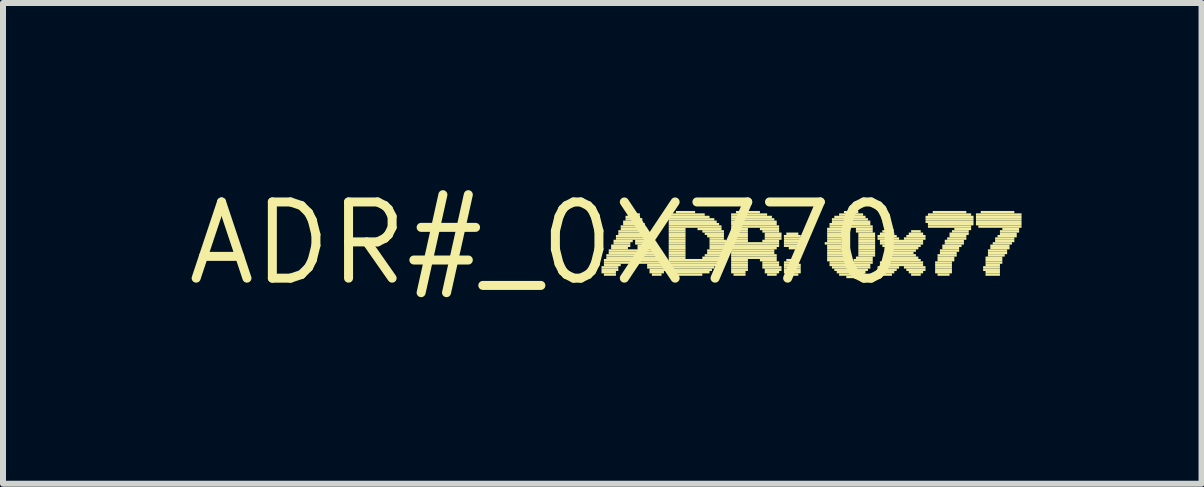
<source format=kicad_pcb>
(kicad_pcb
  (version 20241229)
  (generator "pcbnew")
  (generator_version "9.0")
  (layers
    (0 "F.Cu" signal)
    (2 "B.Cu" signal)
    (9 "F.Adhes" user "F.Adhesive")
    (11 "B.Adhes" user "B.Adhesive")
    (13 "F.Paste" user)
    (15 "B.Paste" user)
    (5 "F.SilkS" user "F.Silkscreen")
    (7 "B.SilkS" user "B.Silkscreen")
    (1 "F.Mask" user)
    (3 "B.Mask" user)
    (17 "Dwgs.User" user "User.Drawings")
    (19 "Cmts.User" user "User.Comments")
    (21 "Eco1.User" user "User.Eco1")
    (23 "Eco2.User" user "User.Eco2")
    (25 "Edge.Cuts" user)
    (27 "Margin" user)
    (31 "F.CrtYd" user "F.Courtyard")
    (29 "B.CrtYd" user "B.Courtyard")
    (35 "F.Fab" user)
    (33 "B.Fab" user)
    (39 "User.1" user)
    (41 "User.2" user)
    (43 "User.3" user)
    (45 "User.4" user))
  (footprint "ADR#_0X770"
    (layer "F.Cu")
    (at 6.055 1.006)
    (property "Reference" "ADR#_0X770" (at 0 0 0) (layer "F.SilkS") (effects (font (size 1.27 1.27) (thickness 0.15))))
    (fp_poly (pts (xy 0.92 0.42) (xy 1.2 0.42) (xy 1.2 0.38) (xy 0.92 0.38)) (stroke (width 0) (type default)) (fill yes) (layer "F.SilkS"))
    (fp_poly (pts (xy 0.92 0.46) (xy 1.2 0.46) (xy 1.2 0.42) (xy 0.92 0.42)) (stroke (width 0) (type default)) (fill yes) (layer "F.SilkS"))
    (fp_poly (pts (xy 0.92 0.5) (xy 1.16 0.5) (xy 1.16 0.46) (xy 0.92 0.46)) (stroke (width 0) (type default)) (fill yes) (layer "F.SilkS"))
    (fp_poly (pts (xy 0.96 0.3) (xy 1.92 0.3) (xy 1.92 0.26) (xy 0.96 0.26)) (stroke (width 0) (type default)) (fill yes) (layer "F.SilkS"))
    (fp_poly (pts (xy 0.96 0.34) (xy 1.96 0.34) (xy 1.96 0.3) (xy 0.96 0.3)) (stroke (width 0) (type default)) (fill yes) (layer "F.SilkS"))
    (fp_poly (pts (xy 0.96 0.38) (xy 1.24 0.38) (xy 1.24 0.34) (xy 0.96 0.34)) (stroke (width 0) (type default)) (fill yes) (layer "F.SilkS"))
    (fp_poly (pts (xy 0.96 0.54) (xy 1.16 0.54) (xy 1.16 0.5) (xy 0.96 0.5)) (stroke (width 0) (type default)) (fill yes) (layer "F.SilkS"))
    (fp_poly (pts (xy 1 0.22) (xy 1.88 0.22) (xy 1.88 0.18) (xy 1 0.18)) (stroke (width 0) (type default)) (fill yes) (layer "F.SilkS"))
    (fp_poly (pts (xy 1 0.26) (xy 1.92 0.26) (xy 1.92 0.22) (xy 1 0.22)) (stroke (width 0) (type default)) (fill yes) (layer "F.SilkS"))
    (fp_poly (pts (xy 1.04 0.14) (xy 1.84 0.14) (xy 1.84 0.1) (xy 1.04 0.1)) (stroke (width 0) (type default)) (fill yes) (layer "F.SilkS"))
    (fp_poly (pts (xy 1.04 0.18) (xy 1.88 0.18) (xy 1.88 0.14) (xy 1.04 0.14)) (stroke (width 0) (type default)) (fill yes) (layer "F.SilkS"))
    (fp_poly (pts (xy 1.08 0.06) (xy 1.4 0.06) (xy 1.4 0.02) (xy 1.08 0.02)) (stroke (width 0) (type default)) (fill yes) (layer "F.SilkS"))
    (fp_poly (pts (xy 1.08 0.1) (xy 1.36 0.1) (xy 1.36 0.06) (xy 1.08 0.06)) (stroke (width 0) (type default)) (fill yes) (layer "F.SilkS"))
    (fp_poly (pts (xy 1.12 -0.02) (xy 1.44 -0.02) (xy 1.44 -0.06) (xy 1.12 -0.06)) (stroke (width 0) (type default)) (fill yes) (layer "F.SilkS"))
    (fp_poly (pts (xy 1.12 0.02) (xy 1.4 0.02) (xy 1.4 -0.02) (xy 1.12 -0.02)) (stroke (width 0) (type default)) (fill yes) (layer "F.SilkS"))
    (fp_poly (pts (xy 1.16 -0.1) (xy 1.72 -0.1) (xy 1.72 -0.14) (xy 1.16 -0.14)) (stroke (width 0) (type default)) (fill yes) (layer "F.SilkS"))
    (fp_poly (pts (xy 1.16 -0.06) (xy 1.76 -0.06) (xy 1.76 -0.1) (xy 1.16 -0.1)) (stroke (width 0) (type default)) (fill yes) (layer "F.SilkS"))
    (fp_poly (pts (xy 1.2 -0.18) (xy 1.68 -0.18) (xy 1.68 -0.22) (xy 1.2 -0.22)) (stroke (width 0) (type default)) (fill yes) (layer "F.SilkS"))
    (fp_poly (pts (xy 1.2 -0.14) (xy 1.72 -0.14) (xy 1.72 -0.18) (xy 1.2 -0.18)) (stroke (width 0) (type default)) (fill yes) (layer "F.SilkS"))
    (fp_poly (pts (xy 1.24 -0.26) (xy 1.64 -0.26) (xy 1.64 -0.3) (xy 1.24 -0.3)) (stroke (width 0) (type default)) (fill yes) (layer "F.SilkS"))
    (fp_poly (pts (xy 1.24 -0.22) (xy 1.68 -0.22) (xy 1.68 -0.26) (xy 1.24 -0.26)) (stroke (width 0) (type default)) (fill yes) (layer "F.SilkS"))
    (fp_poly (pts (xy 1.28 -0.34) (xy 1.6 -0.34) (xy 1.6 -0.38) (xy 1.28 -0.38)) (stroke (width 0) (type default)) (fill yes) (layer "F.SilkS"))
    (fp_poly (pts (xy 1.28 -0.3) (xy 1.64 -0.3) (xy 1.64 -0.34) (xy 1.28 -0.34)) (stroke (width 0) (type default)) (fill yes) (layer "F.SilkS"))
    (fp_poly (pts (xy 1.32 -0.42) (xy 1.56 -0.42) (xy 1.56 -0.46) (xy 1.32 -0.46)) (stroke (width 0) (type default)) (fill yes) (layer "F.SilkS"))
    (fp_poly (pts (xy 1.32 -0.38) (xy 1.6 -0.38) (xy 1.6 -0.42) (xy 1.32 -0.42)) (stroke (width 0) (type default)) (fill yes) (layer "F.SilkS"))
    (fp_poly (pts (xy 1.36 -0.46) (xy 1.56 -0.46) (xy 1.56 -0.5) (xy 1.36 -0.5)) (stroke (width 0) (type default)) (fill yes) (layer "F.SilkS"))
    (fp_poly (pts (xy 1.44 -0.5) (xy 1.48 -0.5) (xy 1.48 -0.54) (xy 1.44 -0.54)) (stroke (width 0) (type default)) (fill yes) (layer "F.SilkS"))
    (fp_poly (pts (xy 1.48 -0.02) (xy 1.76 -0.02) (xy 1.76 -0.06) (xy 1.48 -0.06)) (stroke (width 0) (type default)) (fill yes) (layer "F.SilkS"))
    (fp_poly (pts (xy 1.48 0.02) (xy 1.8 0.02) (xy 1.8 -0.02) (xy 1.48 -0.02)) (stroke (width 0) (type default)) (fill yes) (layer "F.SilkS"))
    (fp_poly (pts (xy 1.52 0.06) (xy 1.8 0.06) (xy 1.8 0.02) (xy 1.52 0.02)) (stroke (width 0) (type default)) (fill yes) (layer "F.SilkS"))
    (fp_poly (pts (xy 1.52 0.1) (xy 1.84 0.1) (xy 1.84 0.06) (xy 1.52 0.06)) (stroke (width 0) (type default)) (fill yes) (layer "F.SilkS"))
    (fp_poly (pts (xy 1.68 0.38) (xy 1.96 0.38) (xy 1.96 0.34) (xy 1.68 0.34)) (stroke (width 0) (type default)) (fill yes) (layer "F.SilkS"))
    (fp_poly (pts (xy 1.68 0.42) (xy 1.96 0.42) (xy 1.96 0.38) (xy 1.68 0.38)) (stroke (width 0) (type default)) (fill yes) (layer "F.SilkS"))
    (fp_poly (pts (xy 1.72 0.46) (xy 2 0.46) (xy 2 0.42) (xy 1.72 0.42)) (stroke (width 0) (type default)) (fill yes) (layer "F.SilkS"))
    (fp_poly (pts (xy 1.72 0.5) (xy 1.96 0.5) (xy 1.96 0.46) (xy 1.72 0.46)) (stroke (width 0) (type default)) (fill yes) (layer "F.SilkS"))
    (fp_poly (pts (xy 1.76 0.54) (xy 1.92 0.54) (xy 1.92 0.5) (xy 1.76 0.5)) (stroke (width 0) (type default)) (fill yes) (layer "F.SilkS"))
    (fp_poly (pts (xy 2.04 -0.42) (xy 2.72 -0.42) (xy 2.72 -0.46) (xy 2.04 -0.46)) (stroke (width 0) (type default)) (fill yes) (layer "F.SilkS"))
    (fp_poly (pts (xy 2.04 -0.38) (xy 2.8 -0.38) (xy 2.8 -0.42) (xy 2.04 -0.42)) (stroke (width 0) (type default)) (fill yes) (layer "F.SilkS"))
    (fp_poly (pts (xy 2.04 -0.34) (xy 2.84 -0.34) (xy 2.84 -0.38) (xy 2.04 -0.38)) (stroke (width 0) (type default)) (fill yes) (layer "F.SilkS"))
    (fp_poly (pts (xy 2.04 -0.3) (xy 2.88 -0.3) (xy 2.88 -0.34) (xy 2.04 -0.34)) (stroke (width 0) (type default)) (fill yes) (layer "F.SilkS"))
    (fp_poly (pts (xy 2.04 -0.26) (xy 2.92 -0.26) (xy 2.92 -0.3) (xy 2.04 -0.3)) (stroke (width 0) (type default)) (fill yes) (layer "F.SilkS"))
    (fp_poly (pts (xy 2.04 -0.22) (xy 2.32 -0.22) (xy 2.32 -0.26) (xy 2.04 -0.26)) (stroke (width 0) (type default)) (fill yes) (layer "F.SilkS"))
    (fp_poly (pts (xy 2.04 -0.18) (xy 2.32 -0.18) (xy 2.32 -0.22) (xy 2.04 -0.22)) (stroke (width 0) (type default)) (fill yes) (layer "F.SilkS"))
    (fp_poly (pts (xy 2.04 -0.14) (xy 2.32 -0.14) (xy 2.32 -0.18) (xy 2.04 -0.18)) (stroke (width 0) (type default)) (fill yes) (layer "F.SilkS"))
    (fp_poly (pts (xy 2.04 -0.1) (xy 2.32 -0.1) (xy 2.32 -0.14) (xy 2.04 -0.14)) (stroke (width 0) (type default)) (fill yes) (layer "F.SilkS"))
    (fp_poly (pts (xy 2.04 -0.06) (xy 2.32 -0.06) (xy 2.32 -0.1) (xy 2.04 -0.1)) (stroke (width 0) (type default)) (fill yes) (layer "F.SilkS"))
    (fp_poly (pts (xy 2.04 -0.02) (xy 2.32 -0.02) (xy 2.32 -0.06) (xy 2.04 -0.06)) (stroke (width 0) (type default)) (fill yes) (layer "F.SilkS"))
    (fp_poly (pts (xy 2.04 0.02) (xy 2.32 0.02) (xy 2.32 -0.02) (xy 2.04 -0.02)) (stroke (width 0) (type default)) (fill yes) (layer "F.SilkS"))
    (fp_poly (pts (xy 2.04 0.06) (xy 2.32 0.06) (xy 2.32 0.02) (xy 2.04 0.02)) (stroke (width 0) (type default)) (fill yes) (layer "F.SilkS"))
    (fp_poly (pts (xy 2.04 0.1) (xy 2.32 0.1) (xy 2.32 0.06) (xy 2.04 0.06)) (stroke (width 0) (type default)) (fill yes) (layer "F.SilkS"))
    (fp_poly (pts (xy 2.04 0.14) (xy 2.32 0.14) (xy 2.32 0.1) (xy 2.04 0.1)) (stroke (width 0) (type default)) (fill yes) (layer "F.SilkS"))
    (fp_poly (pts (xy 2.04 0.18) (xy 2.32 0.18) (xy 2.32 0.14) (xy 2.04 0.14)) (stroke (width 0) (type default)) (fill yes) (layer "F.SilkS"))
    (fp_poly (pts (xy 2.04 0.22) (xy 2.32 0.22) (xy 2.32 0.18) (xy 2.04 0.18)) (stroke (width 0) (type default)) (fill yes) (layer "F.SilkS"))
    (fp_poly (pts (xy 2.04 0.26) (xy 2.32 0.26) (xy 2.32 0.22) (xy 2.04 0.22)) (stroke (width 0) (type default)) (fill yes) (layer "F.SilkS"))
    (fp_poly (pts (xy 2.04 0.3) (xy 2.92 0.3) (xy 2.92 0.26) (xy 2.04 0.26)) (stroke (width 0) (type default)) (fill yes) (layer "F.SilkS"))
    (fp_poly (pts (xy 2.04 0.34) (xy 2.88 0.34) (xy 2.88 0.3) (xy 2.04 0.3)) (stroke (width 0) (type default)) (fill yes) (layer "F.SilkS"))
    (fp_poly (pts (xy 2.04 0.38) (xy 2.84 0.38) (xy 2.84 0.34) (xy 2.04 0.34)) (stroke (width 0) (type default)) (fill yes) (layer "F.SilkS"))
    (fp_poly (pts (xy 2.04 0.42) (xy 2.8 0.42) (xy 2.8 0.38) (xy 2.04 0.38)) (stroke (width 0) (type default)) (fill yes) (layer "F.SilkS"))
    (fp_poly (pts (xy 2.04 0.46) (xy 2.76 0.46) (xy 2.76 0.42) (xy 2.04 0.42)) (stroke (width 0) (type default)) (fill yes) (layer "F.SilkS"))
    (fp_poly (pts (xy 2.04 0.5) (xy 2.72 0.5) (xy 2.72 0.46) (xy 2.04 0.46)) (stroke (width 0) (type default)) (fill yes) (layer "F.SilkS"))
    (fp_poly (pts (xy 2.08 -0.46) (xy 2.64 -0.46) (xy 2.64 -0.5) (xy 2.08 -0.5)) (stroke (width 0) (type default)) (fill yes) (layer "F.SilkS"))
    (fp_poly (pts (xy 2.08 0.54) (xy 2.6 0.54) (xy 2.6 0.5) (xy 2.08 0.5)) (stroke (width 0) (type default)) (fill yes) (layer "F.SilkS"))
    (fp_poly (pts (xy 2.16 -0.5) (xy 2.48 -0.5) (xy 2.48 -0.54) (xy 2.16 -0.54)) (stroke (width 0) (type default)) (fill yes) (layer "F.SilkS"))
    (fp_poly (pts (xy 2.52 -0.22) (xy 2.92 -0.22) (xy 2.92 -0.26) (xy 2.52 -0.26)) (stroke (width 0) (type default)) (fill yes) (layer "F.SilkS"))
    (fp_poly (pts (xy 2.6 -0.18) (xy 2.96 -0.18) (xy 2.96 -0.22) (xy 2.6 -0.22)) (stroke (width 0) (type default)) (fill yes) (layer "F.SilkS"))
    (fp_poly (pts (xy 2.6 0.26) (xy 2.92 0.26) (xy 2.92 0.22) (xy 2.6 0.22)) (stroke (width 0) (type default)) (fill yes) (layer "F.SilkS"))
    (fp_poly (pts (xy 2.64 -0.14) (xy 2.96 -0.14) (xy 2.96 -0.18) (xy 2.64 -0.18)) (stroke (width 0) (type default)) (fill yes) (layer "F.SilkS"))
    (fp_poly (pts (xy 2.64 0.22) (xy 2.96 0.22) (xy 2.96 0.18) (xy 2.64 0.18)) (stroke (width 0) (type default)) (fill yes) (layer "F.SilkS"))
    (fp_poly (pts (xy 2.68 -0.1) (xy 2.96 -0.1) (xy 2.96 -0.14) (xy 2.68 -0.14)) (stroke (width 0) (type default)) (fill yes) (layer "F.SilkS"))
    (fp_poly (pts (xy 2.68 0.14) (xy 2.96 0.14) (xy 2.96 0.1) (xy 2.68 0.1)) (stroke (width 0) (type default)) (fill yes) (layer "F.SilkS"))
    (fp_poly (pts (xy 2.68 0.18) (xy 2.96 0.18) (xy 2.96 0.14) (xy 2.68 0.14)) (stroke (width 0) (type default)) (fill yes) (layer "F.SilkS"))
    (fp_poly (pts (xy 2.72 -0.06) (xy 2.96 -0.06) (xy 2.96 -0.1) (xy 2.72 -0.1)) (stroke (width 0) (type default)) (fill yes) (layer "F.SilkS"))
    (fp_poly (pts (xy 2.72 -0.02) (xy 3 -0.02) (xy 3 -0.06) (xy 2.72 -0.06)) (stroke (width 0) (type default)) (fill yes) (layer "F.SilkS"))
    (fp_poly (pts (xy 2.72 0.02) (xy 3 0.02) (xy 3 -0.02) (xy 2.72 -0.02)) (stroke (width 0) (type default)) (fill yes) (layer "F.SilkS"))
    (fp_poly (pts (xy 2.72 0.06) (xy 3 0.06) (xy 3 0.02) (xy 2.72 0.02)) (stroke (width 0) (type default)) (fill yes) (layer "F.SilkS"))
    (fp_poly (pts (xy 2.72 0.1) (xy 3 0.1) (xy 3 0.06) (xy 2.72 0.06)) (stroke (width 0) (type default)) (fill yes) (layer "F.SilkS"))
    (fp_poly (pts (xy 3.08 -0.46) (xy 3.68 -0.46) (xy 3.68 -0.5) (xy 3.08 -0.5)) (stroke (width 0) (type default)) (fill yes) (layer "F.SilkS"))
    (fp_poly (pts (xy 3.08 -0.42) (xy 3.76 -0.42) (xy 3.76 -0.46) (xy 3.08 -0.46)) (stroke (width 0) (type default)) (fill yes) (layer "F.SilkS"))
    (fp_poly (pts (xy 3.08 -0.38) (xy 3.8 -0.38) (xy 3.8 -0.42) (xy 3.08 -0.42)) (stroke (width 0) (type default)) (fill yes) (layer "F.SilkS"))
    (fp_poly (pts (xy 3.08 -0.34) (xy 3.84 -0.34) (xy 3.84 -0.38) (xy 3.08 -0.38)) (stroke (width 0) (type default)) (fill yes) (layer "F.SilkS"))
    (fp_poly (pts (xy 3.08 -0.3) (xy 3.84 -0.3) (xy 3.84 -0.34) (xy 3.08 -0.34)) (stroke (width 0) (type default)) (fill yes) (layer "F.SilkS"))
    (fp_poly (pts (xy 3.08 -0.26) (xy 3.88 -0.26) (xy 3.88 -0.3) (xy 3.08 -0.3)) (stroke (width 0) (type default)) (fill yes) (layer "F.SilkS"))
    (fp_poly (pts (xy 3.08 -0.22) (xy 3.36 -0.22) (xy 3.36 -0.26) (xy 3.08 -0.26)) (stroke (width 0) (type default)) (fill yes) (layer "F.SilkS"))
    (fp_poly (pts (xy 3.08 -0.18) (xy 3.36 -0.18) (xy 3.36 -0.22) (xy 3.08 -0.22)) (stroke (width 0) (type default)) (fill yes) (layer "F.SilkS"))
    (fp_poly (pts (xy 3.08 -0.14) (xy 3.36 -0.14) (xy 3.36 -0.18) (xy 3.08 -0.18)) (stroke (width 0) (type default)) (fill yes) (layer "F.SilkS"))
    (fp_poly (pts (xy 3.08 -0.1) (xy 3.36 -0.1) (xy 3.36 -0.14) (xy 3.08 -0.14)) (stroke (width 0) (type default)) (fill yes) (layer "F.SilkS"))
    (fp_poly (pts (xy 3.08 -0.06) (xy 3.36 -0.06) (xy 3.36 -0.1) (xy 3.08 -0.1)) (stroke (width 0) (type default)) (fill yes) (layer "F.SilkS"))
    (fp_poly (pts (xy 3.08 -0.02) (xy 3.36 -0.02) (xy 3.36 -0.06) (xy 3.08 -0.06)) (stroke (width 0) (type default)) (fill yes) (layer "F.SilkS"))
    (fp_poly (pts (xy 3.08 0.02) (xy 3.88 0.02) (xy 3.88 -0.02) (xy 3.08 -0.02)) (stroke (width 0) (type default)) (fill yes) (layer "F.SilkS"))
    (fp_poly (pts (xy 3.08 0.06) (xy 3.88 0.06) (xy 3.88 0.02) (xy 3.08 0.02)) (stroke (width 0) (type default)) (fill yes) (layer "F.SilkS"))
    (fp_poly (pts (xy 3.08 0.1) (xy 3.84 0.1) (xy 3.84 0.06) (xy 3.08 0.06)) (stroke (width 0) (type default)) (fill yes) (layer "F.SilkS"))
    (fp_poly (pts (xy 3.08 0.14) (xy 3.8 0.14) (xy 3.8 0.1) (xy 3.08 0.1)) (stroke (width 0) (type default)) (fill yes) (layer "F.SilkS"))
    (fp_poly (pts (xy 3.08 0.18) (xy 3.8 0.18) (xy 3.8 0.14) (xy 3.08 0.14)) (stroke (width 0) (type default)) (fill yes) (layer "F.SilkS"))
    (fp_poly (pts (xy 3.08 0.22) (xy 3.84 0.22) (xy 3.84 0.18) (xy 3.08 0.18)) (stroke (width 0) (type default)) (fill yes) (layer "F.SilkS"))
    (fp_poly (pts (xy 3.08 0.26) (xy 3.84 0.26) (xy 3.84 0.22) (xy 3.08 0.22)) (stroke (width 0) (type default)) (fill yes) (layer "F.SilkS"))
    (fp_poly (pts (xy 3.08 0.3) (xy 3.36 0.3) (xy 3.36 0.26) (xy 3.08 0.26)) (stroke (width 0) (type default)) (fill yes) (layer "F.SilkS"))
    (fp_poly (pts (xy 3.08 0.34) (xy 3.36 0.34) (xy 3.36 0.3) (xy 3.08 0.3)) (stroke (width 0) (type default)) (fill yes) (layer "F.SilkS"))
    (fp_poly (pts (xy 3.08 0.38) (xy 3.36 0.38) (xy 3.36 0.34) (xy 3.08 0.34)) (stroke (width 0) (type default)) (fill yes) (layer "F.SilkS"))
    (fp_poly (pts (xy 3.08 0.42) (xy 3.36 0.42) (xy 3.36 0.38) (xy 3.08 0.38)) (stroke (width 0) (type default)) (fill yes) (layer "F.SilkS"))
    (fp_poly (pts (xy 3.08 0.46) (xy 3.36 0.46) (xy 3.36 0.42) (xy 3.08 0.42)) (stroke (width 0) (type default)) (fill yes) (layer "F.SilkS"))
    (fp_poly (pts (xy 3.08 0.5) (xy 3.32 0.5) (xy 3.32 0.46) (xy 3.08 0.46)) (stroke (width 0) (type default)) (fill yes) (layer "F.SilkS"))
    (fp_poly (pts (xy 3.12 0.54) (xy 3.32 0.54) (xy 3.32 0.5) (xy 3.12 0.5)) (stroke (width 0) (type default)) (fill yes) (layer "F.SilkS"))
    (fp_poly (pts (xy 3.16 -0.5) (xy 3.56 -0.5) (xy 3.56 -0.54) (xy 3.16 -0.54)) (stroke (width 0) (type default)) (fill yes) (layer "F.SilkS"))
    (fp_poly (pts (xy 3.56 -0.22) (xy 3.88 -0.22) (xy 3.88 -0.26) (xy 3.56 -0.26)) (stroke (width 0) (type default)) (fill yes) (layer "F.SilkS"))
    (fp_poly (pts (xy 3.56 0.3) (xy 3.84 0.3) (xy 3.84 0.26) (xy 3.56 0.26)) (stroke (width 0) (type default)) (fill yes) (layer "F.SilkS"))
    (fp_poly (pts (xy 3.6 -0.18) (xy 3.88 -0.18) (xy 3.88 -0.22) (xy 3.6 -0.22)) (stroke (width 0) (type default)) (fill yes) (layer "F.SilkS"))
    (fp_poly (pts (xy 3.6 -0.02) (xy 3.88 -0.02) (xy 3.88 -0.06) (xy 3.6 -0.06)) (stroke (width 0) (type default)) (fill yes) (layer "F.SilkS"))
    (fp_poly (pts (xy 3.6 0.34) (xy 3.88 0.34) (xy 3.88 0.3) (xy 3.6 0.3)) (stroke (width 0) (type default)) (fill yes) (layer "F.SilkS"))
    (fp_poly (pts (xy 3.6 0.38) (xy 3.88 0.38) (xy 3.88 0.34) (xy 3.6 0.34)) (stroke (width 0) (type default)) (fill yes) (layer "F.SilkS"))
    (fp_poly (pts (xy 3.6 0.42) (xy 3.92 0.42) (xy 3.92 0.38) (xy 3.6 0.38)) (stroke (width 0) (type default)) (fill yes) (layer "F.SilkS"))
    (fp_poly (pts (xy 3.64 -0.14) (xy 3.92 -0.14) (xy 3.92 -0.18) (xy 3.64 -0.18)) (stroke (width 0) (type default)) (fill yes) (layer "F.SilkS"))
    (fp_poly (pts (xy 3.64 -0.1) (xy 3.92 -0.1) (xy 3.92 -0.14) (xy 3.64 -0.14)) (stroke (width 0) (type default)) (fill yes) (layer "F.SilkS"))
    (fp_poly (pts (xy 3.64 -0.06) (xy 3.92 -0.06) (xy 3.92 -0.1) (xy 3.64 -0.1)) (stroke (width 0) (type default)) (fill yes) (layer "F.SilkS"))
    (fp_poly (pts (xy 3.64 0.46) (xy 3.92 0.46) (xy 3.92 0.42) (xy 3.64 0.42)) (stroke (width 0) (type default)) (fill yes) (layer "F.SilkS"))
    (fp_poly (pts (xy 3.64 0.5) (xy 3.88 0.5) (xy 3.88 0.46) (xy 3.64 0.46)) (stroke (width 0) (type default)) (fill yes) (layer "F.SilkS"))
    (fp_poly (pts (xy 3.68 0.54) (xy 3.84 0.54) (xy 3.84 0.5) (xy 3.68 0.5)) (stroke (width 0) (type default)) (fill yes) (layer "F.SilkS"))
    (fp_poly (pts (xy 3.96 -0.1) (xy 4.24 -0.1) (xy 4.24 -0.14) (xy 3.96 -0.14)) (stroke (width 0) (type default)) (fill yes) (layer "F.SilkS"))
    (fp_poly (pts (xy 3.96 -0.06) (xy 4.24 -0.06) (xy 4.24 -0.1) (xy 3.96 -0.1)) (stroke (width 0) (type default)) (fill yes) (layer "F.SilkS"))
    (fp_poly (pts (xy 3.96 -0.02) (xy 4.24 -0.02) (xy 4.24 -0.06) (xy 3.96 -0.06)) (stroke (width 0) (type default)) (fill yes) (layer "F.SilkS"))
    (fp_poly (pts (xy 3.96 0.02) (xy 4.24 0.02) (xy 4.24 -0.02) (xy 3.96 -0.02)) (stroke (width 0) (type default)) (fill yes) (layer "F.SilkS"))
    (fp_poly (pts (xy 3.96 0.06) (xy 4.2 0.06) (xy 4.2 0.02) (xy 3.96 0.02)) (stroke (width 0) (type default)) (fill yes) (layer "F.SilkS"))
    (fp_poly (pts (xy 3.96 0.34) (xy 4.2 0.34) (xy 4.2 0.3) (xy 3.96 0.3)) (stroke (width 0) (type default)) (fill yes) (layer "F.SilkS"))
    (fp_poly (pts (xy 3.96 0.38) (xy 4.24 0.38) (xy 4.24 0.34) (xy 3.96 0.34)) (stroke (width 0) (type default)) (fill yes) (layer "F.SilkS"))
    (fp_poly (pts (xy 3.96 0.42) (xy 4.24 0.42) (xy 4.24 0.38) (xy 3.96 0.38)) (stroke (width 0) (type default)) (fill yes) (layer "F.SilkS"))
    (fp_poly (pts (xy 3.96 0.46) (xy 4.24 0.46) (xy 4.24 0.42) (xy 3.96 0.42)) (stroke (width 0) (type default)) (fill yes) (layer "F.SilkS"))
    (fp_poly (pts (xy 3.96 0.5) (xy 4.24 0.5) (xy 4.24 0.46) (xy 3.96 0.46)) (stroke (width 0) (type default)) (fill yes) (layer "F.SilkS"))
    (fp_poly (pts (xy 4 -0.14) (xy 4.2 -0.14) (xy 4.2 -0.18) (xy 4 -0.18)) (stroke (width 0) (type default)) (fill yes) (layer "F.SilkS"))
    (fp_poly (pts (xy 4 0.3) (xy 4.16 0.3) (xy 4.16 0.26) (xy 4 0.26)) (stroke (width 0) (type default)) (fill yes) (layer "F.SilkS"))
    (fp_poly (pts (xy 4 0.54) (xy 4.2 0.54) (xy 4.2 0.5) (xy 4 0.5)) (stroke (width 0) (type default)) (fill yes) (layer "F.SilkS"))
    (fp_poly (pts (xy 4.04 0.1) (xy 4.16 0.1) (xy 4.16 0.06) (xy 4.04 0.06)) (stroke (width 0) (type default)) (fill yes) (layer "F.SilkS"))
    (fp_poly (pts (xy 4.64 0.02) (xy 4.92 0.02) (xy 4.92 -0.02) (xy 4.64 -0.02)) (stroke (width 0) (type default)) (fill yes) (layer "F.SilkS"))
    (fp_poly (pts (xy 4.68 -0.22) (xy 5 -0.22) (xy 5 -0.26) (xy 4.68 -0.26)) (stroke (width 0) (type default)) (fill yes) (layer "F.SilkS"))
    (fp_poly (pts (xy 4.68 -0.18) (xy 4.96 -0.18) (xy 4.96 -0.22) (xy 4.68 -0.22)) (stroke (width 0) (type default)) (fill yes) (layer "F.SilkS"))
    (fp_poly (pts (xy 4.68 -0.14) (xy 4.96 -0.14) (xy 4.96 -0.18) (xy 4.68 -0.18)) (stroke (width 0) (type default)) (fill yes) (layer "F.SilkS"))
    (fp_poly (pts (xy 4.68 -0.1) (xy 4.96 -0.1) (xy 4.96 -0.14) (xy 4.68 -0.14)) (stroke (width 0) (type default)) (fill yes) (layer "F.SilkS"))
    (fp_poly (pts (xy 4.68 -0.06) (xy 4.92 -0.06) (xy 4.92 -0.1) (xy 4.68 -0.1)) (stroke (width 0) (type default)) (fill yes) (layer "F.SilkS"))
    (fp_poly (pts (xy 4.68 -0.02) (xy 4.92 -0.02) (xy 4.92 -0.06) (xy 4.68 -0.06)) (stroke (width 0) (type default)) (fill yes) (layer "F.SilkS"))
    (fp_poly (pts (xy 4.68 0.06) (xy 4.92 0.06) (xy 4.92 0.02) (xy 4.68 0.02)) (stroke (width 0) (type default)) (fill yes) (layer "F.SilkS"))
    (fp_poly (pts (xy 4.68 0.1) (xy 4.92 0.1) (xy 4.92 0.06) (xy 4.68 0.06)) (stroke (width 0) (type default)) (fill yes) (layer "F.SilkS"))
    (fp_poly (pts (xy 4.68 0.14) (xy 4.92 0.14) (xy 4.92 0.1) (xy 4.68 0.1)) (stroke (width 0) (type default)) (fill yes) (layer "F.SilkS"))
    (fp_poly (pts (xy 4.68 0.18) (xy 4.96 0.18) (xy 4.96 0.14) (xy 4.68 0.14)) (stroke (width 0) (type default)) (fill yes) (layer "F.SilkS"))
    (fp_poly (pts (xy 4.68 0.22) (xy 4.96 0.22) (xy 4.96 0.18) (xy 4.68 0.18)) (stroke (width 0) (type default)) (fill yes) (layer "F.SilkS"))
    (fp_poly (pts (xy 4.68 0.26) (xy 4.96 0.26) (xy 4.96 0.22) (xy 4.68 0.22)) (stroke (width 0) (type default)) (fill yes) (layer "F.SilkS"))
    (fp_poly (pts (xy 4.68 0.3) (xy 5 0.3) (xy 5 0.26) (xy 4.68 0.26)) (stroke (width 0) (type default)) (fill yes) (layer "F.SilkS"))
    (fp_poly (pts (xy 4.72 -0.3) (xy 5.4 -0.3) (xy 5.4 -0.34) (xy 4.72 -0.34)) (stroke (width 0) (type default)) (fill yes) (layer "F.SilkS"))
    (fp_poly (pts (xy 4.72 -0.26) (xy 5.44 -0.26) (xy 5.44 -0.3) (xy 4.72 -0.3)) (stroke (width 0) (type default)) (fill yes) (layer "F.SilkS"))
    (fp_poly (pts (xy 4.72 0.34) (xy 5.44 0.34) (xy 5.44 0.3) (xy 4.72 0.3)) (stroke (width 0) (type default)) (fill yes) (layer "F.SilkS"))
    (fp_poly (pts (xy 4.72 0.38) (xy 5.4 0.38) (xy 5.4 0.34) (xy 4.72 0.34)) (stroke (width 0) (type default)) (fill yes) (layer "F.SilkS"))
    (fp_poly (pts (xy 4.76 -0.38) (xy 5.36 -0.38) (xy 5.36 -0.42) (xy 4.76 -0.42)) (stroke (width 0) (type default)) (fill yes) (layer "F.SilkS"))
    (fp_poly (pts (xy 4.76 -0.34) (xy 5.4 -0.34) (xy 5.4 -0.38) (xy 4.76 -0.38)) (stroke (width 0) (type default)) (fill yes) (layer "F.SilkS"))
    (fp_poly (pts (xy 4.76 0.42) (xy 5.4 0.42) (xy 5.4 0.38) (xy 4.76 0.38)) (stroke (width 0) (type default)) (fill yes) (layer "F.SilkS"))
    (fp_poly (pts (xy 4.8 -0.42) (xy 5.32 -0.42) (xy 5.32 -0.46) (xy 4.8 -0.46)) (stroke (width 0) (type default)) (fill yes) (layer "F.SilkS"))
    (fp_poly (pts (xy 4.8 0.46) (xy 5.36 0.46) (xy 5.36 0.42) (xy 4.8 0.42)) (stroke (width 0) (type default)) (fill yes) (layer "F.SilkS"))
    (fp_poly (pts (xy 4.84 0.5) (xy 5.32 0.5) (xy 5.32 0.46) (xy 4.84 0.46)) (stroke (width 0) (type default)) (fill yes) (layer "F.SilkS"))
    (fp_poly (pts (xy 4.88 -0.46) (xy 5.28 -0.46) (xy 5.28 -0.5) (xy 4.88 -0.5)) (stroke (width 0) (type default)) (fill yes) (layer "F.SilkS"))
    (fp_poly (pts (xy 4.88 0.54) (xy 5.28 0.54) (xy 5.28 0.5) (xy 4.88 0.5)) (stroke (width 0) (type default)) (fill yes) (layer "F.SilkS"))
    (fp_poly (pts (xy 4.96 -0.5) (xy 5.2 -0.5) (xy 5.2 -0.54) (xy 4.96 -0.54)) (stroke (width 0) (type default)) (fill yes) (layer "F.SilkS"))
    (fp_poly (pts (xy 5 0.58) (xy 5.16 0.58) (xy 5.16 0.54) (xy 5 0.54)) (stroke (width 0) (type default)) (fill yes) (layer "F.SilkS"))
    (fp_poly (pts (xy 5.12 0.3) (xy 5.44 0.3) (xy 5.44 0.26) (xy 5.12 0.26)) (stroke (width 0) (type default)) (fill yes) (layer "F.SilkS"))
    (fp_poly (pts (xy 5.16 -0.22) (xy 5.44 -0.22) (xy 5.44 -0.26) (xy 5.16 -0.26)) (stroke (width 0) (type default)) (fill yes) (layer "F.SilkS"))
    (fp_poly (pts (xy 5.16 -0.18) (xy 5.44 -0.18) (xy 5.44 -0.22) (xy 5.16 -0.22)) (stroke (width 0) (type default)) (fill yes) (layer "F.SilkS"))
    (fp_poly (pts (xy 5.16 0.26) (xy 5.44 0.26) (xy 5.44 0.22) (xy 5.16 0.22)) (stroke (width 0) (type default)) (fill yes) (layer "F.SilkS"))
    (fp_poly (pts (xy 5.2 -0.14) (xy 5.48 -0.14) (xy 5.48 -0.18) (xy 5.2 -0.18)) (stroke (width 0) (type default)) (fill yes) (layer "F.SilkS"))
    (fp_poly (pts (xy 5.2 -0.1) (xy 5.48 -0.1) (xy 5.48 -0.14) (xy 5.2 -0.14)) (stroke (width 0) (type default)) (fill yes) (layer "F.SilkS"))
    (fp_poly (pts (xy 5.2 -0.06) (xy 5.48 -0.06) (xy 5.48 -0.1) (xy 5.2 -0.1)) (stroke (width 0) (type default)) (fill yes) (layer "F.SilkS"))
    (fp_poly (pts (xy 5.2 -0.02) (xy 5.48 -0.02) (xy 5.48 -0.06) (xy 5.2 -0.06)) (stroke (width 0) (type default)) (fill yes) (layer "F.SilkS"))
    (fp_poly (pts (xy 5.2 0.02) (xy 5.48 0.02) (xy 5.48 -0.02) (xy 5.2 -0.02)) (stroke (width 0) (type default)) (fill yes) (layer "F.SilkS"))
    (fp_poly (pts (xy 5.2 0.06) (xy 5.48 0.06) (xy 5.48 0.02) (xy 5.2 0.02)) (stroke (width 0) (type default)) (fill yes) (layer "F.SilkS"))
    (fp_poly (pts (xy 5.2 0.1) (xy 5.48 0.1) (xy 5.48 0.06) (xy 5.2 0.06)) (stroke (width 0) (type default)) (fill yes) (layer "F.SilkS"))
    (fp_poly (pts (xy 5.2 0.14) (xy 5.48 0.14) (xy 5.48 0.1) (xy 5.2 0.1)) (stroke (width 0) (type default)) (fill yes) (layer "F.SilkS"))
    (fp_poly (pts (xy 5.2 0.18) (xy 5.48 0.18) (xy 5.48 0.14) (xy 5.2 0.14)) (stroke (width 0) (type default)) (fill yes) (layer "F.SilkS"))
    (fp_poly (pts (xy 5.2 0.22) (xy 5.48 0.22) (xy 5.48 0.18) (xy 5.2 0.18)) (stroke (width 0) (type default)) (fill yes) (layer "F.SilkS"))
    (fp_poly (pts (xy 5.52 -0.1) (xy 5.84 -0.1) (xy 5.84 -0.14) (xy 5.52 -0.14)) (stroke (width 0) (type default)) (fill yes) (layer "F.SilkS"))
    (fp_poly (pts (xy 5.52 -0.06) (xy 5.88 -0.06) (xy 5.88 -0.1) (xy 5.52 -0.1)) (stroke (width 0) (type default)) (fill yes) (layer "F.SilkS"))
    (fp_poly (pts (xy 5.52 0.42) (xy 5.88 0.42) (xy 5.88 0.38) (xy 5.52 0.38)) (stroke (width 0) (type default)) (fill yes) (layer "F.SilkS"))
    (fp_poly (pts (xy 5.52 0.46) (xy 5.84 0.46) (xy 5.84 0.42) (xy 5.52 0.42)) (stroke (width 0) (type default)) (fill yes) (layer "F.SilkS"))
    (fp_poly (pts (xy 5.56 -0.14) (xy 5.8 -0.14) (xy 5.8 -0.18) (xy 5.56 -0.18)) (stroke (width 0) (type default)) (fill yes) (layer "F.SilkS"))
    (fp_poly (pts (xy 5.56 -0.02) (xy 6.28 -0.02) (xy 6.28 -0.06) (xy 5.56 -0.06)) (stroke (width 0) (type default)) (fill yes) (layer "F.SilkS"))
    (fp_poly (pts (xy 5.56 0.02) (xy 6.28 0.02) (xy 6.28 -0.02) (xy 5.56 -0.02)) (stroke (width 0) (type default)) (fill yes) (layer "F.SilkS"))
    (fp_poly (pts (xy 5.56 0.34) (xy 6.28 0.34) (xy 6.28 0.3) (xy 5.56 0.3)) (stroke (width 0) (type default)) (fill yes) (layer "F.SilkS"))
    (fp_poly (pts (xy 5.56 0.38) (xy 6.28 0.38) (xy 6.28 0.34) (xy 5.56 0.34)) (stroke (width 0) (type default)) (fill yes) (layer "F.SilkS"))
    (fp_poly (pts (xy 5.56 0.5) (xy 5.8 0.5) (xy 5.8 0.46) (xy 5.56 0.46)) (stroke (width 0) (type default)) (fill yes) (layer "F.SilkS"))
    (fp_poly (pts (xy 5.6 -0.18) (xy 5.76 -0.18) (xy 5.76 -0.22) (xy 5.6 -0.22)) (stroke (width 0) (type default)) (fill yes) (layer "F.SilkS"))
    (fp_poly (pts (xy 5.6 0.06) (xy 6.24 0.06) (xy 6.24 0.02) (xy 5.6 0.02)) (stroke (width 0) (type default)) (fill yes) (layer "F.SilkS"))
    (fp_poly (pts (xy 5.6 0.3) (xy 6.24 0.3) (xy 6.24 0.26) (xy 5.6 0.26)) (stroke (width 0) (type default)) (fill yes) (layer "F.SilkS"))
    (fp_poly (pts (xy 5.6 0.54) (xy 5.76 0.54) (xy 5.76 0.5) (xy 5.6 0.5)) (stroke (width 0) (type default)) (fill yes) (layer "F.SilkS"))
    (fp_poly (pts (xy 5.64 0.1) (xy 6.2 0.1) (xy 6.2 0.06) (xy 5.64 0.06)) (stroke (width 0) (type default)) (fill yes) (layer "F.SilkS"))
    (fp_poly (pts (xy 5.64 0.26) (xy 6.2 0.26) (xy 6.2 0.22) (xy 5.64 0.22)) (stroke (width 0) (type default)) (fill yes) (layer "F.SilkS"))
    (fp_poly (pts (xy 5.68 0.14) (xy 6.16 0.14) (xy 6.16 0.1) (xy 5.68 0.1)) (stroke (width 0) (type default)) (fill yes) (layer "F.SilkS"))
    (fp_poly (pts (xy 5.68 0.22) (xy 6.16 0.22) (xy 6.16 0.18) (xy 5.68 0.18)) (stroke (width 0) (type default)) (fill yes) (layer "F.SilkS"))
    (fp_poly (pts (xy 5.72 0.18) (xy 6.12 0.18) (xy 6.12 0.14) (xy 5.72 0.14)) (stroke (width 0) (type default)) (fill yes) (layer "F.SilkS"))
    (fp_poly (pts (xy 5.96 -0.06) (xy 6.32 -0.06) (xy 6.32 -0.1) (xy 5.96 -0.1)) (stroke (width 0) (type default)) (fill yes) (layer "F.SilkS"))
    (fp_poly (pts (xy 5.96 0.42) (xy 6.32 0.42) (xy 6.32 0.38) (xy 5.96 0.38)) (stroke (width 0) (type default)) (fill yes) (layer "F.SilkS"))
    (fp_poly (pts (xy 6 -0.1) (xy 6.32 -0.1) (xy 6.32 -0.14) (xy 6 -0.14)) (stroke (width 0) (type default)) (fill yes) (layer "F.SilkS"))
    (fp_poly (pts (xy 6 0.46) (xy 6.32 0.46) (xy 6.32 0.42) (xy 6 0.42)) (stroke (width 0) (type default)) (fill yes) (layer "F.SilkS"))
    (fp_poly (pts (xy 6.04 -0.14) (xy 6.28 -0.14) (xy 6.28 -0.18) (xy 6.04 -0.18)) (stroke (width 0) (type default)) (fill yes) (layer "F.SilkS"))
    (fp_poly (pts (xy 6.04 0.5) (xy 6.28 0.5) (xy 6.28 0.46) (xy 6.04 0.46)) (stroke (width 0) (type default)) (fill yes) (layer "F.SilkS"))
    (fp_poly (pts (xy 6.08 -0.18) (xy 6.24 -0.18) (xy 6.24 -0.22) (xy 6.08 -0.22)) (stroke (width 0) (type default)) (fill yes) (layer "F.SilkS"))
    (fp_poly (pts (xy 6.08 0.54) (xy 6.24 0.54) (xy 6.24 0.5) (xy 6.08 0.5)) (stroke (width 0) (type default)) (fill yes) (layer "F.SilkS"))
    (fp_poly (pts (xy 6.32 -0.42) (xy 7.12 -0.42) (xy 7.12 -0.46) (xy 6.32 -0.46)) (stroke (width 0) (type default)) (fill yes) (layer "F.SilkS"))
    (fp_poly (pts (xy 6.32 -0.38) (xy 7.12 -0.38) (xy 7.12 -0.42) (xy 6.32 -0.42)) (stroke (width 0) (type default)) (fill yes) (layer "F.SilkS"))
    (fp_poly (pts (xy 6.32 -0.34) (xy 7.12 -0.34) (xy 7.12 -0.38) (xy 6.32 -0.38)) (stroke (width 0) (type default)) (fill yes) (layer "F.SilkS"))
    (fp_poly (pts (xy 6.36 -0.46) (xy 7.08 -0.46) (xy 7.08 -0.5) (xy 6.36 -0.5)) (stroke (width 0) (type default)) (fill yes) (layer "F.SilkS"))
    (fp_poly (pts (xy 6.36 -0.3) (xy 7.12 -0.3) (xy 7.12 -0.34) (xy 6.36 -0.34)) (stroke (width 0) (type default)) (fill yes) (layer "F.SilkS"))
    (fp_poly (pts (xy 6.36 -0.26) (xy 7.08 -0.26) (xy 7.08 -0.3) (xy 6.36 -0.3)) (stroke (width 0) (type default)) (fill yes) (layer "F.SilkS"))
    (fp_poly (pts (xy 6.44 -0.5) (xy 7 -0.5) (xy 7 -0.54) (xy 6.44 -0.54)) (stroke (width 0) (type default)) (fill yes) (layer "F.SilkS"))
    (fp_poly (pts (xy 6.48 0.34) (xy 6.76 0.34) (xy 6.76 0.3) (xy 6.48 0.3)) (stroke (width 0) (type default)) (fill yes) (layer "F.SilkS"))
    (fp_poly (pts (xy 6.48 0.38) (xy 6.76 0.38) (xy 6.76 0.34) (xy 6.48 0.34)) (stroke (width 0) (type default)) (fill yes) (layer "F.SilkS"))
    (fp_poly (pts (xy 6.48 0.42) (xy 6.76 0.42) (xy 6.76 0.38) (xy 6.48 0.38)) (stroke (width 0) (type default)) (fill yes) (layer "F.SilkS"))
    (fp_poly (pts (xy 6.48 0.46) (xy 6.76 0.46) (xy 6.76 0.42) (xy 6.48 0.42)) (stroke (width 0) (type default)) (fill yes) (layer "F.SilkS"))
    (fp_poly (pts (xy 6.48 0.5) (xy 6.76 0.5) (xy 6.76 0.46) (xy 6.48 0.46)) (stroke (width 0) (type default)) (fill yes) (layer "F.SilkS"))
    (fp_poly (pts (xy 6.52 0.22) (xy 6.84 0.22) (xy 6.84 0.18) (xy 6.52 0.18)) (stroke (width 0) (type default)) (fill yes) (layer "F.SilkS"))
    (fp_poly (pts (xy 6.52 0.26) (xy 6.8 0.26) (xy 6.8 0.22) (xy 6.52 0.22)) (stroke (width 0) (type default)) (fill yes) (layer "F.SilkS"))
    (fp_poly (pts (xy 6.52 0.3) (xy 6.8 0.3) (xy 6.8 0.26) (xy 6.52 0.26)) (stroke (width 0) (type default)) (fill yes) (layer "F.SilkS"))
    (fp_poly (pts (xy 6.52 0.54) (xy 6.72 0.54) (xy 6.72 0.5) (xy 6.52 0.5)) (stroke (width 0) (type default)) (fill yes) (layer "F.SilkS"))
    (fp_poly (pts (xy 6.56 0.14) (xy 6.88 0.14) (xy 6.88 0.1) (xy 6.56 0.1)) (stroke (width 0) (type default)) (fill yes) (layer "F.SilkS"))
    (fp_poly (pts (xy 6.56 0.18) (xy 6.84 0.18) (xy 6.84 0.14) (xy 6.56 0.14)) (stroke (width 0) (type default)) (fill yes) (layer "F.SilkS"))
    (fp_poly (pts (xy 6.6 0.06) (xy 6.92 0.06) (xy 6.92 0.02) (xy 6.6 0.02)) (stroke (width 0) (type default)) (fill yes) (layer "F.SilkS"))
    (fp_poly (pts (xy 6.6 0.1) (xy 6.88 0.1) (xy 6.88 0.06) (xy 6.6 0.06)) (stroke (width 0) (type default)) (fill yes) (layer "F.SilkS"))
    (fp_poly (pts (xy 6.64 -0.02) (xy 6.96 -0.02) (xy 6.96 -0.06) (xy 6.64 -0.06)) (stroke (width 0) (type default)) (fill yes) (layer "F.SilkS"))
    (fp_poly (pts (xy 6.64 0.02) (xy 6.96 0.02) (xy 6.96 -0.02) (xy 6.64 -0.02)) (stroke (width 0) (type default)) (fill yes) (layer "F.SilkS"))
    (fp_poly (pts (xy 6.68 -0.06) (xy 7 -0.06) (xy 7 -0.1) (xy 6.68 -0.1)) (stroke (width 0) (type default)) (fill yes) (layer "F.SilkS"))
    (fp_poly (pts (xy 6.72 -0.14) (xy 7.04 -0.14) (xy 7.04 -0.18) (xy 6.72 -0.18)) (stroke (width 0) (type default)) (fill yes) (layer "F.SilkS"))
    (fp_poly (pts (xy 6.72 -0.1) (xy 7 -0.1) (xy 7 -0.14) (xy 6.72 -0.14)) (stroke (width 0) (type default)) (fill yes) (layer "F.SilkS"))
    (fp_poly (pts (xy 6.76 -0.18) (xy 7.04 -0.18) (xy 7.04 -0.22) (xy 6.76 -0.22)) (stroke (width 0) (type default)) (fill yes) (layer "F.SilkS"))
    (fp_poly (pts (xy 6.8 -0.22) (xy 7.08 -0.22) (xy 7.08 -0.26) (xy 6.8 -0.26)) (stroke (width 0) (type default)) (fill yes) (layer "F.SilkS"))
    (fp_poly (pts (xy 7.16 -0.46) (xy 7.92 -0.46) (xy 7.92 -0.5) (xy 7.16 -0.5)) (stroke (width 0) (type default)) (fill yes) (layer "F.SilkS"))
    (fp_poly (pts (xy 7.16 -0.42) (xy 7.92 -0.42) (xy 7.92 -0.46) (xy 7.16 -0.46)) (stroke (width 0) (type default)) (fill yes) (layer "F.SilkS"))
    (fp_poly (pts (xy 7.16 -0.38) (xy 7.92 -0.38) (xy 7.92 -0.42) (xy 7.16 -0.42)) (stroke (width 0) (type default)) (fill yes) (layer "F.SilkS"))
    (fp_poly (pts (xy 7.16 -0.34) (xy 7.92 -0.34) (xy 7.92 -0.38) (xy 7.16 -0.38)) (stroke (width 0) (type default)) (fill yes) (layer "F.SilkS"))
    (fp_poly (pts (xy 7.16 -0.3) (xy 7.92 -0.3) (xy 7.92 -0.34) (xy 7.16 -0.34)) (stroke (width 0) (type default)) (fill yes) (layer "F.SilkS"))
    (fp_poly (pts (xy 7.2 -0.26) (xy 7.92 -0.26) (xy 7.92 -0.3) (xy 7.2 -0.3)) (stroke (width 0) (type default)) (fill yes) (layer "F.SilkS"))
    (fp_poly (pts (xy 7.24 -0.5) (xy 7.8 -0.5) (xy 7.8 -0.54) (xy 7.24 -0.54)) (stroke (width 0) (type default)) (fill yes) (layer "F.SilkS"))
    (fp_poly (pts (xy 7.28 0.42) (xy 7.56 0.42) (xy 7.56 0.38) (xy 7.28 0.38)) (stroke (width 0) (type default)) (fill yes) (layer "F.SilkS"))
    (fp_poly (pts (xy 7.28 0.46) (xy 7.56 0.46) (xy 7.56 0.42) (xy 7.28 0.42)) (stroke (width 0) (type default)) (fill yes) (layer "F.SilkS"))
    (fp_poly (pts (xy 7.32 0.26) (xy 7.6 0.26) (xy 7.6 0.22) (xy 7.32 0.22)) (stroke (width 0) (type default)) (fill yes) (layer "F.SilkS"))
    (fp_poly (pts (xy 7.32 0.3) (xy 7.6 0.3) (xy 7.6 0.26) (xy 7.32 0.26)) (stroke (width 0) (type default)) (fill yes) (layer "F.SilkS"))
    (fp_poly (pts (xy 7.32 0.34) (xy 7.6 0.34) (xy 7.6 0.3) (xy 7.32 0.3)) (stroke (width 0) (type default)) (fill yes) (layer "F.SilkS"))
    (fp_poly (pts (xy 7.32 0.38) (xy 7.56 0.38) (xy 7.56 0.34) (xy 7.32 0.34)) (stroke (width 0) (type default)) (fill yes) (layer "F.SilkS"))
    (fp_poly (pts (xy 7.32 0.5) (xy 7.56 0.5) (xy 7.56 0.46) (xy 7.32 0.46)) (stroke (width 0) (type default)) (fill yes) (layer "F.SilkS"))
    (fp_poly (pts (xy 7.32 0.54) (xy 7.56 0.54) (xy 7.56 0.5) (xy 7.32 0.5)) (stroke (width 0) (type default)) (fill yes) (layer "F.SilkS"))
    (fp_poly (pts (xy 7.36 0.14) (xy 7.68 0.14) (xy 7.68 0.1) (xy 7.36 0.1)) (stroke (width 0) (type default)) (fill yes) (layer "F.SilkS"))
    (fp_poly (pts (xy 7.36 0.18) (xy 7.68 0.18) (xy 7.68 0.14) (xy 7.36 0.14)) (stroke (width 0) (type default)) (fill yes) (layer "F.SilkS"))
    (fp_poly (pts (xy 7.36 0.22) (xy 7.64 0.22) (xy 7.64 0.18) (xy 7.36 0.18)) (stroke (width 0) (type default)) (fill yes) (layer "F.SilkS"))
    (fp_poly (pts (xy 7.4 0.06) (xy 7.72 0.06) (xy 7.72 0.02) (xy 7.4 0.02)) (stroke (width 0) (type default)) (fill yes) (layer "F.SilkS"))
    (fp_poly (pts (xy 7.4 0.1) (xy 7.72 0.1) (xy 7.72 0.06) (xy 7.4 0.06)) (stroke (width 0) (type default)) (fill yes) (layer "F.SilkS"))
    (fp_poly (pts (xy 7.44 0.02) (xy 7.76 0.02) (xy 7.76 -0.02) (xy 7.44 -0.02)) (stroke (width 0) (type default)) (fill yes) (layer "F.SilkS"))
    (fp_poly (pts (xy 7.48 -0.06) (xy 7.8 -0.06) (xy 7.8 -0.1) (xy 7.48 -0.1)) (stroke (width 0) (type default)) (fill yes) (layer "F.SilkS"))
    (fp_poly (pts (xy 7.48 -0.02) (xy 7.8 -0.02) (xy 7.8 -0.06) (xy 7.48 -0.06)) (stroke (width 0) (type default)) (fill yes) (layer "F.SilkS"))
    (fp_poly (pts (xy 7.52 -0.1) (xy 7.84 -0.1) (xy 7.84 -0.14) (xy 7.52 -0.14)) (stroke (width 0) (type default)) (fill yes) (layer "F.SilkS"))
    (fp_poly (pts (xy 7.56 -0.18) (xy 7.88 -0.18) (xy 7.88 -0.22) (xy 7.56 -0.22)) (stroke (width 0) (type default)) (fill yes) (layer "F.SilkS"))
    (fp_poly (pts (xy 7.56 -0.14) (xy 7.84 -0.14) (xy 7.84 -0.18) (xy 7.56 -0.18)) (stroke (width 0) (type default)) (fill yes) (layer "F.SilkS"))
    (fp_poly (pts (xy 7.6 -0.22) (xy 7.88 -0.22) (xy 7.88 -0.26) (xy 7.6 -0.26)) (stroke (width 0) (type default)) (fill yes) (layer "F.SilkS")))
  (gr_rect
    (start -3 -3)
    (end 16.975 5.012)
    (stroke (width 0.1) (type default))
    (fill no)
    (layer "Edge.Cuts")))
</source>
